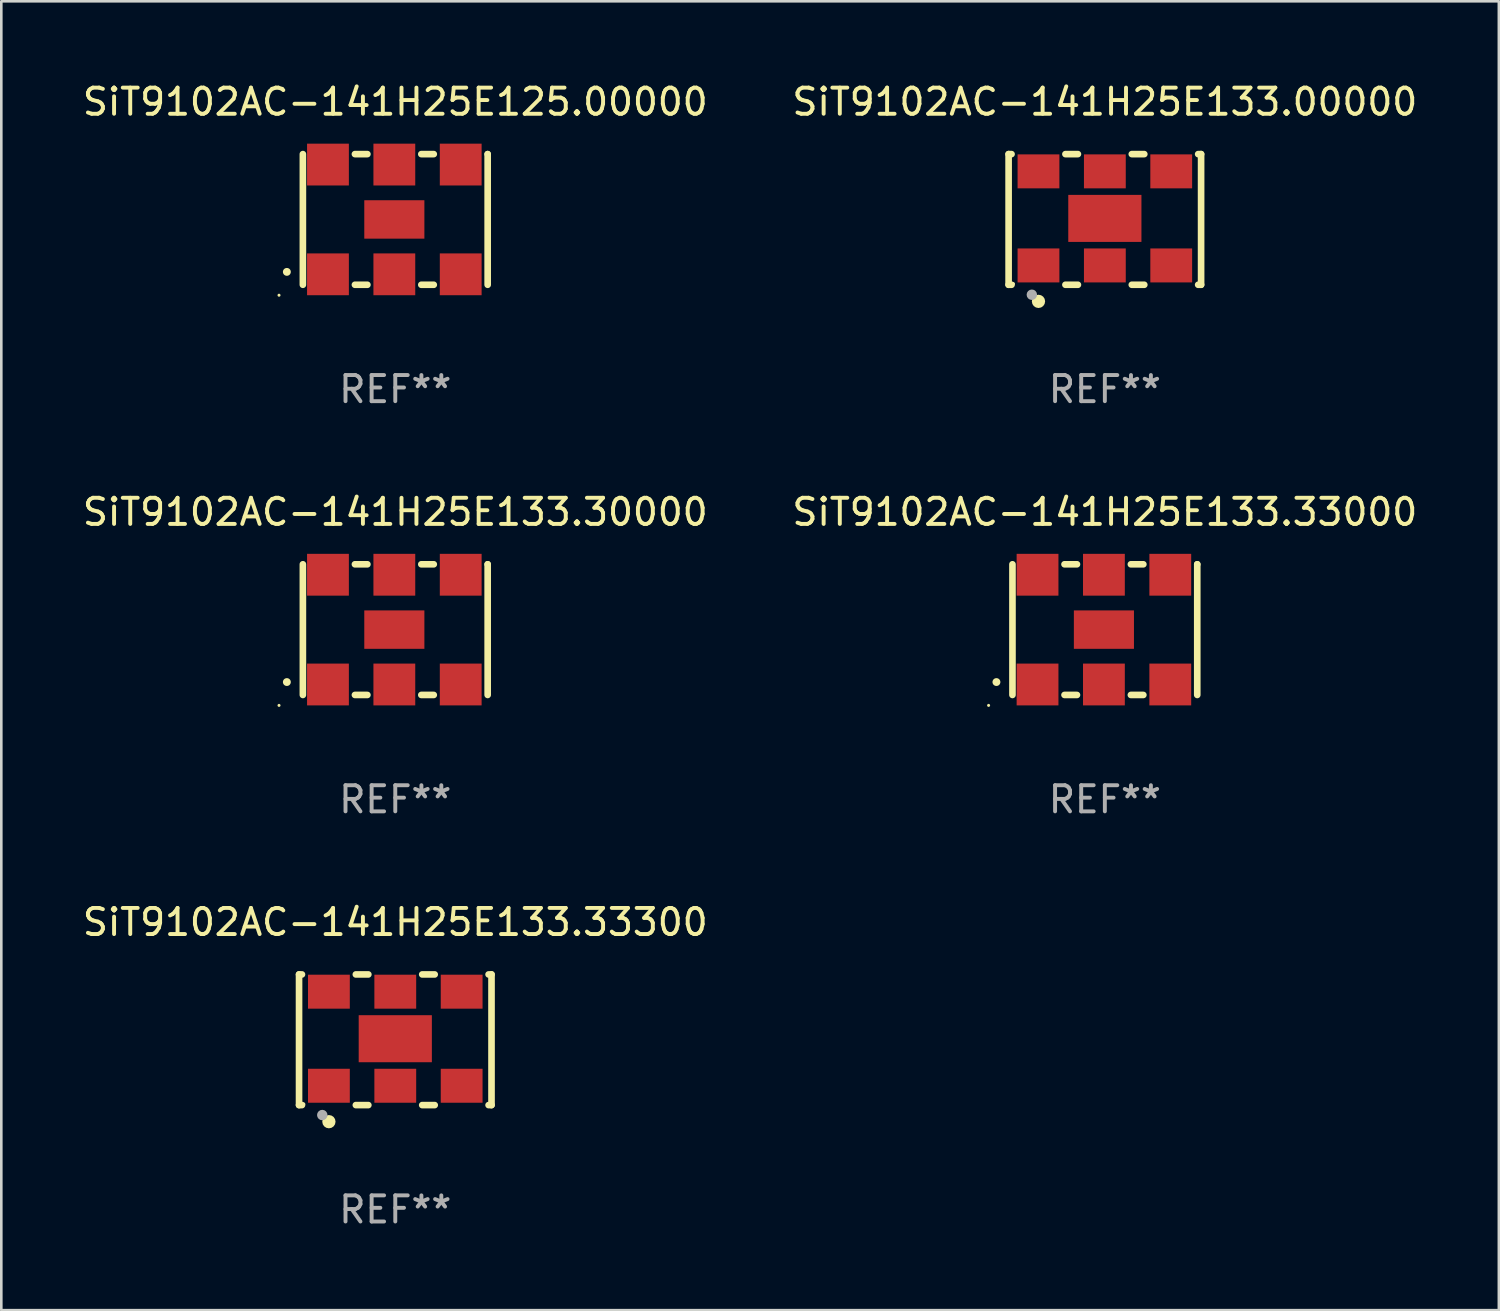
<source format=kicad_pcb>
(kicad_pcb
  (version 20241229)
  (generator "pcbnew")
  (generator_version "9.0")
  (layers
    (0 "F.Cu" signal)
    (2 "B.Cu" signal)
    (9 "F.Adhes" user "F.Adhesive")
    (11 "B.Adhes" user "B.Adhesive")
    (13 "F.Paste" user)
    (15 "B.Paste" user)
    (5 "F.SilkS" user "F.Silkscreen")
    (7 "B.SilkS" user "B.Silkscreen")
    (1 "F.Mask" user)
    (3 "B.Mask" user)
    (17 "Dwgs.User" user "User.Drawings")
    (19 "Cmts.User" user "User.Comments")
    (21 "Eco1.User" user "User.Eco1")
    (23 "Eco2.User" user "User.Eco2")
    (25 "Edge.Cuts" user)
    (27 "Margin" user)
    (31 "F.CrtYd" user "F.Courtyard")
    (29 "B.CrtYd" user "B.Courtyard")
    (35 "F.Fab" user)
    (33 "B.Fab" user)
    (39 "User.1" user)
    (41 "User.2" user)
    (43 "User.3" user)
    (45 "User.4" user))
  (footprint "SiT9102AC-141H25E133.30000"
    (layer "F.Cu")
    (at 12.077 21.045)
    (property "Reference" "SiT9102AC-141H25E133.30000" (at 0 -4.5 0) (layer "F.SilkS") (effects (font (size 1 1) (thickness 0.15))))
    (attr through_hole)
    (fp_line (start -3.536 -2.5) (end -3.536 2.5) (stroke (width 0.254) (type solid)) (layer "F.SilkS"))
    (fp_line (start -1.544 2.5) (end -1.067 2.5) (stroke (width 0.254) (type solid)) (layer "F.SilkS"))
    (fp_line (start -1.067 -2.5) (end -1.544 -2.5) (stroke (width 0.254) (type solid)) (layer "F.SilkS"))
    (fp_line (start 0.996 2.5) (end 1.473 2.5) (stroke (width 0.254) (type solid)) (layer "F.SilkS"))
    (fp_line (start 1.473 -2.5) (end 0.996 -2.5) (stroke (width 0.254) (type solid)) (layer "F.SilkS"))
    (fp_line (start 3.536 -2.5) (end 3.536 -2.5) (stroke (width 0.254) (type solid)) (layer "F.SilkS"))
    (fp_line (start 3.536 2.5) (end 3.536 -2.5) (stroke (width 0.254) (type solid)) (layer "F.SilkS"))
    (fp_arc (start -4.150432 2.006604) (mid -4.149162 2.006599) (end -4.147892 2.006604) (stroke (width 0.3) (type solid)) (layer "F.SilkS"))
    (fp_circle (center -4.449 2.9) (end -4.419 2.9) (stroke (width 0.06) (type solid)) (fill no) (layer "F.SilkS"))
    (fp_text user "REF**" (at 0 6.5 0) (layer "F.Fab") (effects (font (size 1 1) (thickness 0.15))))
    (pad "1" smd rect (at -2.576 2.1) (size 1.6 1.6) (layers "F.Cu" "F.Mask" "F.Paste"))
    (pad "2" smd rect (at -0.036 2.1) (size 1.6 1.6) (layers "F.Cu" "F.Mask" "F.Paste"))
    (pad "3" smd rect (at 2.504 2.1) (size 1.6 1.6) (layers "F.Cu" "F.Mask" "F.Paste"))
    (pad "4" smd rect (at 2.504 -2.1) (size 1.6 1.6) (layers "F.Cu" "F.Mask" "F.Paste"))
    (pad "5" smd rect (at -0.036 -2.1) (size 1.6 1.6) (layers "F.Cu" "F.Mask" "F.Paste"))
    (pad "6" smd rect (at -2.576 -2.1) (size 1.6 1.6) (layers "F.Cu" "F.Mask" "F.Paste"))
    (pad "7" smd rect (at -0.036 0) (size 2.3 1.47) (layers "F.Cu" "F.Mask" "F.Paste")))
  (footprint "SiT9102AC-141H25E125.00000"
    (layer "F.Cu")
    (at 12.077 5.348)
    (property "Reference" "SiT9102AC-141H25E125.00000" (at 0 -4.5 0) (layer "F.SilkS") (effects (font (size 1 1) (thickness 0.15))))
    (attr through_hole)
    (fp_line (start -3.536 -2.5) (end -3.536 2.5) (stroke (width 0.254) (type solid)) (layer "F.SilkS"))
    (fp_line (start -1.544 2.5) (end -1.067 2.5) (stroke (width 0.254) (type solid)) (layer "F.SilkS"))
    (fp_line (start -1.067 -2.5) (end -1.544 -2.5) (stroke (width 0.254) (type solid)) (layer "F.SilkS"))
    (fp_line (start 0.996 2.5) (end 1.473 2.5) (stroke (width 0.254) (type solid)) (layer "F.SilkS"))
    (fp_line (start 1.473 -2.5) (end 0.996 -2.5) (stroke (width 0.254) (type solid)) (layer "F.SilkS"))
    (fp_line (start 3.536 -2.5) (end 3.536 -2.5) (stroke (width 0.254) (type solid)) (layer "F.SilkS"))
    (fp_line (start 3.536 2.5) (end 3.536 -2.5) (stroke (width 0.254) (type solid)) (layer "F.SilkS"))
    (fp_arc (start -4.150432 2.006604) (mid -4.149162 2.006599) (end -4.147892 2.006604) (stroke (width 0.3) (type solid)) (layer "F.SilkS"))
    (fp_circle (center -4.449 2.9) (end -4.419 2.9) (stroke (width 0.06) (type solid)) (fill no) (layer "F.SilkS"))
    (fp_text user "REF**" (at 0 6.5 0) (layer "F.Fab") (effects (font (size 1 1) (thickness 0.15))))
    (pad "1" smd rect (at -2.576 2.1) (size 1.6 1.6) (layers "F.Cu" "F.Mask" "F.Paste"))
    (pad "2" smd rect (at -0.036 2.1) (size 1.6 1.6) (layers "F.Cu" "F.Mask" "F.Paste"))
    (pad "3" smd rect (at 2.504 2.1) (size 1.6 1.6) (layers "F.Cu" "F.Mask" "F.Paste"))
    (pad "4" smd rect (at 2.504 -2.1) (size 1.6 1.6) (layers "F.Cu" "F.Mask" "F.Paste"))
    (pad "5" smd rect (at -0.036 -2.1) (size 1.6 1.6) (layers "F.Cu" "F.Mask" "F.Paste"))
    (pad "6" smd rect (at -2.576 -2.1) (size 1.6 1.6) (layers "F.Cu" "F.Mask" "F.Paste"))
    (pad "7" smd rect (at -0.036 0) (size 2.3 1.47) (layers "F.Cu" "F.Mask" "F.Paste")))
  (footprint "SiT9102AC-141H25E133.33300"
    (layer "F.Cu")
    (at 12.077 36.741)
    (property "Reference" "SiT9102AC-141H25E133.33300" (at 0 -4.5 0) (layer "F.SilkS") (effects (font (size 1 1) (thickness 0.15))))
    (attr through_hole)
    (fp_line (start -3.683 -2.5) (end -3.571 -2.5) (stroke (width 0.254) (type solid)) (layer "F.SilkS"))
    (fp_line (start -3.683 2.5) (end -3.683 -2.5) (stroke (width 0.254) (type solid)) (layer "F.SilkS"))
    (fp_line (start -3.683 2.5) (end -3.571 2.5) (stroke (width 0.254) (type solid)) (layer "F.SilkS"))
    (fp_line (start -1.509 -2.5) (end -1.031 -2.5) (stroke (width 0.254) (type solid)) (layer "F.SilkS"))
    (fp_line (start -1.509 2.5) (end -1.031 2.5) (stroke (width 0.254) (type solid)) (layer "F.SilkS"))
    (fp_line (start 1.031 -2.5) (end 1.509 -2.5) (stroke (width 0.254) (type solid)) (layer "F.SilkS"))
    (fp_line (start 1.031 2.5) (end 1.509 2.5) (stroke (width 0.254) (type solid)) (layer "F.SilkS"))
    (fp_line (start 3.571 -2.5) (end 3.683 -2.5) (stroke (width 0.254) (type solid)) (layer "F.SilkS"))
    (fp_line (start 3.571 2.5) (end 3.683 2.5) (stroke (width 0.254) (type solid)) (layer "F.SilkS"))
    (fp_line (start 3.683 2.5) (end 3.683 -2.5) (stroke (width 0.254) (type solid)) (layer "F.SilkS"))
    (fp_circle (center -3.5 2.46) (end -3.47 2.46) (stroke (width 0.06) (type solid)) (fill no) (layer "F.SilkS"))
    (fp_circle (center -2.54 3.135) (end -2.413 3.135) (stroke (width 0.254) (type solid)) (fill no) (layer "F.SilkS"))
    (fp_circle (center -2.794 2.881) (end -2.694 2.881) (stroke (width 0.2) (type solid)) (fill no) (layer "F.Fab"))
    (fp_text user "REF**" (at 0 6.5 0) (layer "F.Fab") (effects (font (size 1 1) (thickness 0.15))))
    (pad "1" smd rect (at -2.54 1.76) (size 1.6 1.3) (layers "F.Cu" "F.Mask" "F.Paste"))
    (pad "2" smd rect (at 0 1.76) (size 1.6 1.3) (layers "F.Cu" "F.Mask" "F.Paste"))
    (pad "3" smd rect (at 2.54 1.76) (size 1.6 1.3) (layers "F.Cu" "F.Mask" "F.Paste"))
    (pad "4" smd rect (at 2.54 -1.84) (size 1.6 1.3) (layers "F.Cu" "F.Mask" "F.Paste"))
    (pad "5" smd rect (at 0 -1.84) (size 1.6 1.3) (layers "F.Cu" "F.Mask" "F.Paste"))
    (pad "6" smd rect (at -2.54 -1.84) (size 1.6 1.3) (layers "F.Cu" "F.Mask" "F.Paste"))
    (pad "7" smd rect (at 0 -0.04) (size 2.8 1.8) (layers "F.Cu" "F.Mask" "F.Paste")))
  (footprint "SiT9102AC-141H25E133.00000"
    (layer "F.Cu")
    (at 39.232 5.348)
    (property "Reference" "SiT9102AC-141H25E133.00000" (at 0 -4.5 0) (layer "F.SilkS") (effects (font (size 1 1) (thickness 0.15))))
    (attr through_hole)
    (fp_line (start -3.683 -2.5) (end -3.571 -2.5) (stroke (width 0.254) (type solid)) (layer "F.SilkS"))
    (fp_line (start -3.683 2.5) (end -3.683 -2.5) (stroke (width 0.254) (type solid)) (layer "F.SilkS"))
    (fp_line (start -3.683 2.5) (end -3.571 2.5) (stroke (width 0.254) (type solid)) (layer "F.SilkS"))
    (fp_line (start -1.509 -2.5) (end -1.031 -2.5) (stroke (width 0.254) (type solid)) (layer "F.SilkS"))
    (fp_line (start -1.509 2.5) (end -1.031 2.5) (stroke (width 0.254) (type solid)) (layer "F.SilkS"))
    (fp_line (start 1.031 -2.5) (end 1.509 -2.5) (stroke (width 0.254) (type solid)) (layer "F.SilkS"))
    (fp_line (start 1.031 2.5) (end 1.509 2.5) (stroke (width 0.254) (type solid)) (layer "F.SilkS"))
    (fp_line (start 3.571 -2.5) (end 3.683 -2.5) (stroke (width 0.254) (type solid)) (layer "F.SilkS"))
    (fp_line (start 3.571 2.5) (end 3.683 2.5) (stroke (width 0.254) (type solid)) (layer "F.SilkS"))
    (fp_line (start 3.683 2.5) (end 3.683 -2.5) (stroke (width 0.254) (type solid)) (layer "F.SilkS"))
    (fp_circle (center -3.5 2.46) (end -3.47 2.46) (stroke (width 0.06) (type solid)) (fill no) (layer "F.SilkS"))
    (fp_circle (center -2.54 3.135) (end -2.413 3.135) (stroke (width 0.254) (type solid)) (fill no) (layer "F.SilkS"))
    (fp_circle (center -2.794 2.881) (end -2.694 2.881) (stroke (width 0.2) (type solid)) (fill no) (layer "F.Fab"))
    (fp_text user "REF**" (at 0 6.5 0) (layer "F.Fab") (effects (font (size 1 1) (thickness 0.15))))
    (pad "1" smd rect (at -2.54 1.76) (size 1.6 1.3) (layers "F.Cu" "F.Mask" "F.Paste"))
    (pad "2" smd rect (at 0 1.76) (size 1.6 1.3) (layers "F.Cu" "F.Mask" "F.Paste"))
    (pad "3" smd rect (at 2.54 1.76) (size 1.6 1.3) (layers "F.Cu" "F.Mask" "F.Paste"))
    (pad "4" smd rect (at 2.54 -1.84) (size 1.6 1.3) (layers "F.Cu" "F.Mask" "F.Paste"))
    (pad "5" smd rect (at 0 -1.84) (size 1.6 1.3) (layers "F.Cu" "F.Mask" "F.Paste"))
    (pad "6" smd rect (at -2.54 -1.84) (size 1.6 1.3) (layers "F.Cu" "F.Mask" "F.Paste"))
    (pad "7" smd rect (at 0 -0.04) (size 2.8 1.8) (layers "F.Cu" "F.Mask" "F.Paste")))
  (footprint "SiT9102AC-141H25E133.33000"
    (layer "F.Cu")
    (at 39.232 21.045)
    (property "Reference" "SiT9102AC-141H25E133.33000" (at 0 -4.5 0) (layer "F.SilkS") (effects (font (size 1 1) (thickness 0.15))))
    (attr through_hole)
    (fp_line (start -3.536 -2.5) (end -3.536 2.5) (stroke (width 0.254) (type solid)) (layer "F.SilkS"))
    (fp_line (start -1.544 2.5) (end -1.067 2.5) (stroke (width 0.254) (type solid)) (layer "F.SilkS"))
    (fp_line (start -1.067 -2.5) (end -1.544 -2.5) (stroke (width 0.254) (type solid)) (layer "F.SilkS"))
    (fp_line (start 0.996 2.5) (end 1.473 2.5) (stroke (width 0.254) (type solid)) (layer "F.SilkS"))
    (fp_line (start 1.473 -2.5) (end 0.996 -2.5) (stroke (width 0.254) (type solid)) (layer "F.SilkS"))
    (fp_line (start 3.536 -2.5) (end 3.536 -2.5) (stroke (width 0.254) (type solid)) (layer "F.SilkS"))
    (fp_line (start 3.536 2.5) (end 3.536 -2.5) (stroke (width 0.254) (type solid)) (layer "F.SilkS"))
    (fp_arc (start -4.150432 2.006604) (mid -4.149162 2.006599) (end -4.147892 2.006604) (stroke (width 0.3) (type solid)) (layer "F.SilkS"))
    (fp_circle (center -4.449 2.9) (end -4.419 2.9) (stroke (width 0.06) (type solid)) (fill no) (layer "F.SilkS"))
    (fp_text user "REF**" (at 0 6.5 0) (layer "F.Fab") (effects (font (size 1 1) (thickness 0.15))))
    (pad "1" smd rect (at -2.576 2.1) (size 1.6 1.6) (layers "F.Cu" "F.Mask" "F.Paste"))
    (pad "2" smd rect (at -0.036 2.1) (size 1.6 1.6) (layers "F.Cu" "F.Mask" "F.Paste"))
    (pad "3" smd rect (at 2.504 2.1) (size 1.6 1.6) (layers "F.Cu" "F.Mask" "F.Paste"))
    (pad "4" smd rect (at 2.504 -2.1) (size 1.6 1.6) (layers "F.Cu" "F.Mask" "F.Paste"))
    (pad "5" smd rect (at -0.036 -2.1) (size 1.6 1.6) (layers "F.Cu" "F.Mask" "F.Paste"))
    (pad "6" smd rect (at -2.576 -2.1) (size 1.6 1.6) (layers "F.Cu" "F.Mask" "F.Paste"))
    (pad "7" smd rect (at -0.036 0) (size 2.3 1.47) (layers "F.Cu" "F.Mask" "F.Paste")))
  (gr_rect
    (start -3 -3)
    (end 54.31 47.09)
    (stroke (width 0.1) (type default))
    (fill no)
    (layer "Edge.Cuts")))
</source>
